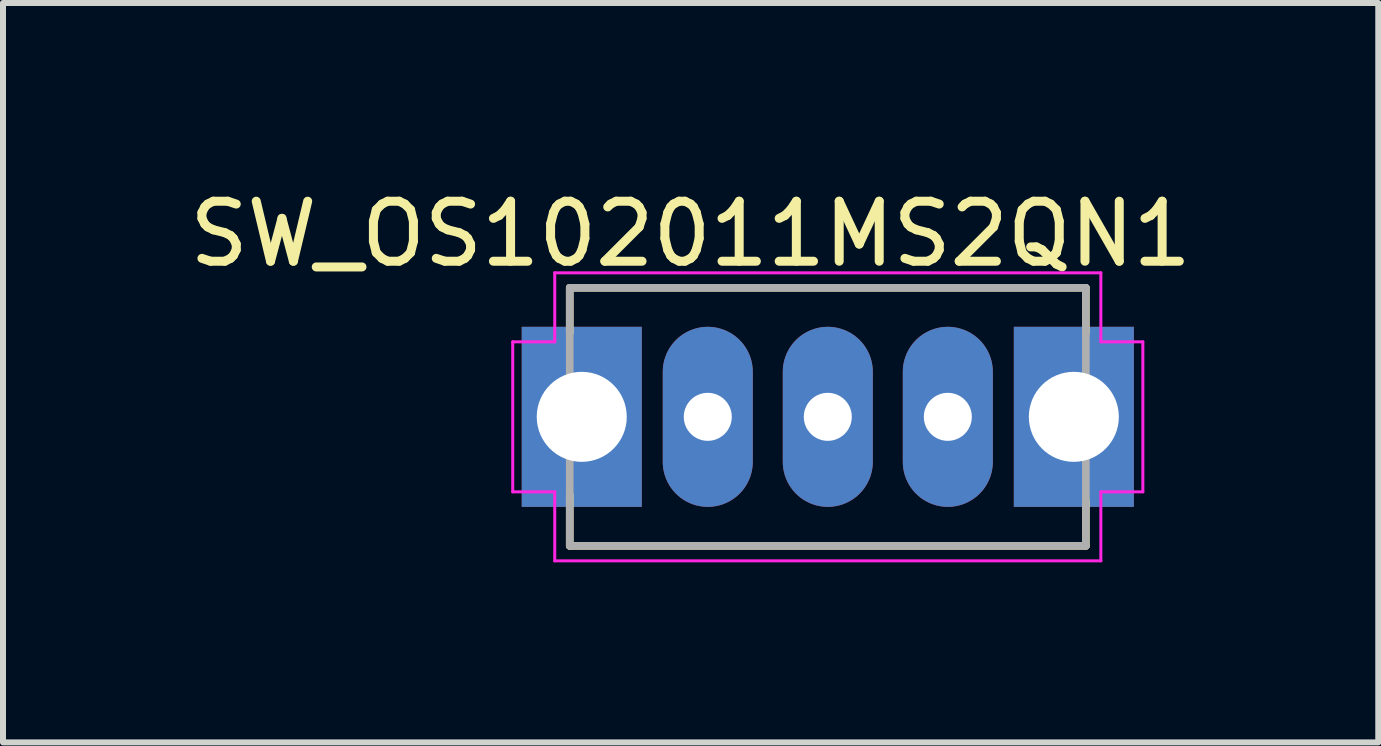
<source format=kicad_pcb>
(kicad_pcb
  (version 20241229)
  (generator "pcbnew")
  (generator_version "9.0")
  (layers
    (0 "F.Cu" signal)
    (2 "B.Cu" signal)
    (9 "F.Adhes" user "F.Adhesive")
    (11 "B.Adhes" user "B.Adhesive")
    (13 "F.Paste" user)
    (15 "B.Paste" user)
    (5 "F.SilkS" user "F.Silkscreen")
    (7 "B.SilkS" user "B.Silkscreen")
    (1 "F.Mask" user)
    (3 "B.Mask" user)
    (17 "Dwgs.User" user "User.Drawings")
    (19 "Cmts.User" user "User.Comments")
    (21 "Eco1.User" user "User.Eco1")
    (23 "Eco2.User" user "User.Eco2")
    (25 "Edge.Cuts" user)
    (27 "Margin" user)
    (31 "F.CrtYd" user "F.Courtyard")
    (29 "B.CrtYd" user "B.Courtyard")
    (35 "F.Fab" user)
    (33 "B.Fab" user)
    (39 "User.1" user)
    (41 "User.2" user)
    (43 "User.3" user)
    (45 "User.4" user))
  (footprint "SW_OS102011MS2QN1"
    (layer "F.Cu")
    (at 10.744 3.896)
    (property "Reference" "SW_OS102011MS2QN1" (at -2.286 -3.048 0) (layer "F.SilkS") (effects (font (size 1 1) (thickness 0.15))))
    (attr through_hole)
    (fp_line (start -4.3 -2.15) (end -4.3 -1.4) (stroke (width 0.127) (type solid)) (layer "F.SilkS"))
    (fp_line (start -4.3 1.3) (end -4.3 2.15) (stroke (width 0.127) (type solid)) (layer "F.SilkS"))
    (fp_line (start -4.3 2.15) (end 4.3 2.15) (stroke (width 0.127) (type solid)) (layer "F.SilkS"))
    (fp_line (start 4.3 -2.15) (end -4.3 -2.15) (stroke (width 0.127) (type solid)) (layer "F.SilkS"))
    (fp_line (start 4.3 -1.4) (end 4.3 -2.15) (stroke (width 0.127) (type solid)) (layer "F.SilkS"))
    (fp_line (start 4.3 2.15) (end 4.3 1.4) (stroke (width 0.127) (type solid)) (layer "F.SilkS"))
    (fp_line (start -5.25 -1.25) (end -4.55 -1.25) (stroke (width 0.05) (type solid)) (layer "F.CrtYd"))
    (fp_line (start -5.25 1.25) (end -5.25 -1.25) (stroke (width 0.05) (type solid)) (layer "F.CrtYd"))
    (fp_line (start -4.55 -2.4) (end 4.55 -2.4) (stroke (width 0.05) (type solid)) (layer "F.CrtYd"))
    (fp_line (start -4.55 -1.25) (end -4.55 -2.4) (stroke (width 0.05) (type solid)) (layer "F.CrtYd"))
    (fp_line (start -4.55 1.25) (end -5.25 1.25) (stroke (width 0.05) (type solid)) (layer "F.CrtYd"))
    (fp_line (start -4.55 2.4) (end -4.55 1.25) (stroke (width 0.05) (type solid)) (layer "F.CrtYd"))
    (fp_line (start 4.55 -2.4) (end 4.55 -1.25) (stroke (width 0.05) (type solid)) (layer "F.CrtYd"))
    (fp_line (start 4.55 -1.25) (end 5.25 -1.25) (stroke (width 0.05) (type solid)) (layer "F.CrtYd"))
    (fp_line (start 4.55 1.25) (end 4.55 2.4) (stroke (width 0.05) (type solid)) (layer "F.CrtYd"))
    (fp_line (start 4.55 2.4) (end -4.55 2.4) (stroke (width 0.05) (type solid)) (layer "F.CrtYd"))
    (fp_line (start 5.25 -1.25) (end 5.25 1.25) (stroke (width 0.05) (type solid)) (layer "F.CrtYd"))
    (fp_line (start 5.25 1.25) (end 4.55 1.25) (stroke (width 0.05) (type solid)) (layer "F.CrtYd"))
    (fp_line (start -4.3 -2.15) (end 4.3 -2.15) (stroke (width 0.127) (type solid)) (layer "F.Fab"))
    (fp_line (start -4.3 2.15) (end -4.3 -2.15) (stroke (width 0.127) (type solid)) (layer "F.Fab"))
    (fp_line (start 4.3 -2.15) (end 4.3 2.15) (stroke (width 0.127) (type solid)) (layer "F.Fab"))
    (fp_line (start 4.3 2.15) (end -4.3 2.15) (stroke (width 0.127) (type solid)) (layer "F.Fab"))
    (fp_circle (center -2.1 -0.05) (end -2 -0.05) (stroke (width 0.2) (type solid)) (fill no) (layer "F.Fab"))
    (pad "" thru_hole rect (at -4.1 0) (size 2 3) (drill 1.5) (layers "*.Cu" "*.Mask"))
    (pad "" thru_hole rect (at 4.1 0) (size 2 3) (drill 1.5) (layers "*.Cu" "*.Mask"))
    (pad "1" thru_hole oval (at -2 0) (size 1.5 3) (drill 0.8) (layers "*.Cu" "*.Mask"))
    (pad "2" thru_hole oval (at 0 0) (size 1.5 3) (drill 0.8) (layers "*.Cu" "*.Mask"))
    (pad "3" thru_hole oval (at 2 0) (size 1.5 3) (drill 0.8) (layers "*.Cu" "*.Mask")))
  (gr_rect
    (start -3 -3)
    (end 19.917 9.321)
    (stroke (width 0.1) (type default))
    (fill no)
    (layer "Edge.Cuts")))
</source>
